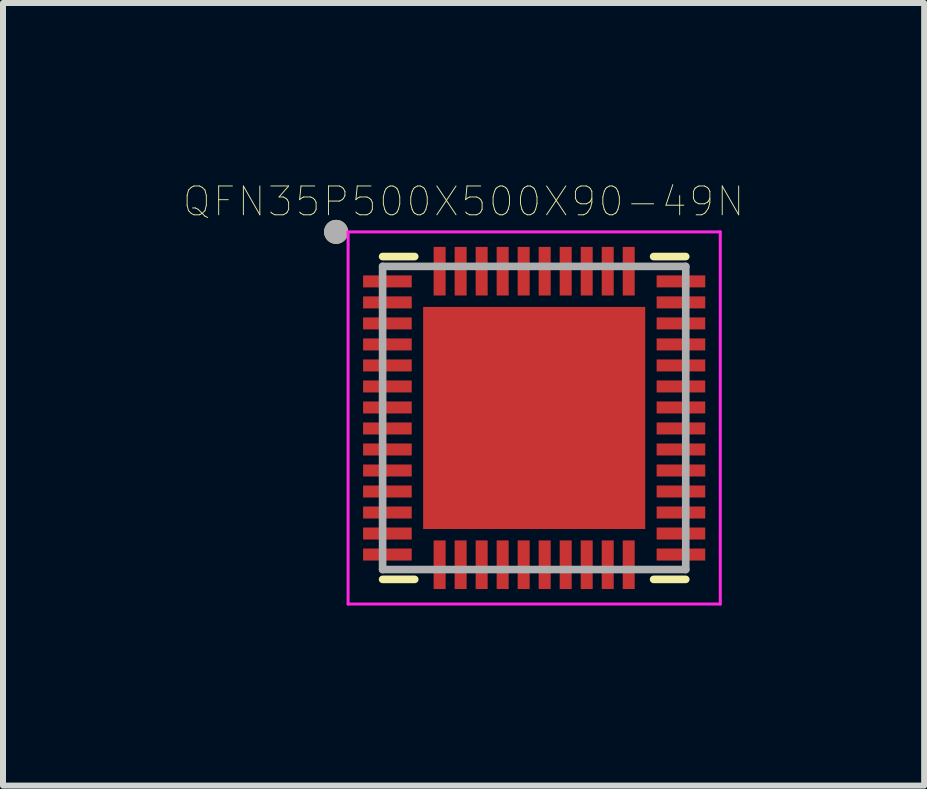
<source format=kicad_pcb>
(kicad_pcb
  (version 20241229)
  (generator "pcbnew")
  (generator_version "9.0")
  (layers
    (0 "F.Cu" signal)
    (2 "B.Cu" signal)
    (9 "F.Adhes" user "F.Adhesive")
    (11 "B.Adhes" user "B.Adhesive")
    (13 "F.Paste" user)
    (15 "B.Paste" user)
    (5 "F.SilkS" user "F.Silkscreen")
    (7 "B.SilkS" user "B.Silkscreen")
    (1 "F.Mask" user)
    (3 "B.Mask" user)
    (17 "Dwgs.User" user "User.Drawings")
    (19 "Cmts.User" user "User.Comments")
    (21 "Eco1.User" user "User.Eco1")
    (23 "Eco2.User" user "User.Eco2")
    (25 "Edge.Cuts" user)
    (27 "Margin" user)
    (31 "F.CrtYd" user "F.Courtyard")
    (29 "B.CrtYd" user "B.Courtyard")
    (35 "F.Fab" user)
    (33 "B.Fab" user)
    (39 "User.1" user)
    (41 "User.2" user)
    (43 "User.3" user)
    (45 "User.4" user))
  (footprint "QFN35P500X500X90-49N"
    (layer "F.Cu")
    (at 5.849 3.913)
    (property "Reference" "QFN35P500X500X90-49N" (at -1.176 -3.606 0) (layer "F.SilkS") (effects (font (size 0.48 0.48) (thickness 0.015))))
    (attr through_hole)
    (fp_line (start -2.525 -2.689) (end -1.99 -2.689) (stroke (width 0.127) (type solid)) (layer "F.SilkS"))
    (fp_line (start -2.525 2.689) (end -1.99 2.689) (stroke (width 0.127) (type solid)) (layer "F.SilkS"))
    (fp_line (start 2.525 -2.689) (end 1.99 -2.689) (stroke (width 0.127) (type solid)) (layer "F.SilkS"))
    (fp_line (start 2.525 2.689) (end 1.99 2.689) (stroke (width 0.127) (type solid)) (layer "F.SilkS"))
    (fp_circle (center -3.3 -3.1) (end -3.2 -3.1) (stroke (width 0.2) (type solid)) (fill no) (layer "F.SilkS"))
    (fp_poly (pts (xy -1.49 -1.49) (xy -0.18 -1.49) (xy -0.18 -0.18) (xy -1.49 -0.18)) (stroke (width 0.01) (type solid)) (fill yes) (layer "F.Paste"))
    (fp_poly (pts (xy -1.49 0.18) (xy -0.18 0.18) (xy -0.18 1.49) (xy -1.49 1.49)) (stroke (width 0.01) (type solid)) (fill yes) (layer "F.Paste"))
    (fp_poly (pts (xy 0.18 -1.49) (xy 1.49 -1.49) (xy 1.49 -0.18) (xy 0.18 -0.18)) (stroke (width 0.01) (type solid)) (fill yes) (layer "F.Paste"))
    (fp_poly (pts (xy 0.18 0.18) (xy 1.49 0.18) (xy 1.49 1.49) (xy 0.18 1.49)) (stroke (width 0.01) (type solid)) (fill yes) (layer "F.Paste"))
    (fp_line (start -3.1 -3.1) (end 3.1 -3.1) (stroke (width 0.05) (type solid)) (layer "F.CrtYd"))
    (fp_line (start -3.1 3.1) (end -3.1 -3.1) (stroke (width 0.05) (type solid)) (layer "F.CrtYd"))
    (fp_line (start 3.1 -3.1) (end 3.1 3.1) (stroke (width 0.05) (type solid)) (layer "F.CrtYd"))
    (fp_line (start 3.1 3.1) (end -3.1 3.1) (stroke (width 0.05) (type solid)) (layer "F.CrtYd"))
    (fp_line (start -2.525 -2.525) (end -2.525 2.525) (stroke (width 0.127) (type solid)) (layer "F.Fab"))
    (fp_line (start -2.525 2.525) (end 2.525 2.525) (stroke (width 0.127) (type solid)) (layer "F.Fab"))
    (fp_line (start 2.525 -2.525) (end -2.525 -2.525) (stroke (width 0.127) (type solid)) (layer "F.Fab"))
    (fp_line (start 2.525 2.525) (end 2.525 -2.525) (stroke (width 0.127) (type solid)) (layer "F.Fab"))
    (fp_circle (center -3.3 -3.1) (end -3.2 -3.1) (stroke (width 0.2) (type solid)) (fill no) (layer "F.Fab"))
    (pad "1" smd rect (at -2.445 -2.275) (size 0.81 0.2) (layers "F.Cu" "F.Mask" "F.Paste"))
    (pad "2" smd rect (at -2.445 -1.925) (size 0.81 0.2) (layers "F.Cu" "F.Mask" "F.Paste"))
    (pad "3" smd rect (at -2.445 -1.575) (size 0.81 0.2) (layers "F.Cu" "F.Mask" "F.Paste"))
    (pad "4" smd rect (at -2.445 -1.225) (size 0.81 0.2) (layers "F.Cu" "F.Mask" "F.Paste"))
    (pad "5" smd rect (at -2.445 -0.875) (size 0.81 0.2) (layers "F.Cu" "F.Mask" "F.Paste"))
    (pad "6" smd rect (at -2.445 -0.525) (size 0.81 0.2) (layers "F.Cu" "F.Mask" "F.Paste"))
    (pad "7" smd rect (at -2.445 -0.175) (size 0.81 0.2) (layers "F.Cu" "F.Mask" "F.Paste"))
    (pad "8" smd rect (at -2.445 0.175) (size 0.81 0.2) (layers "F.Cu" "F.Mask" "F.Paste"))
    (pad "9" smd rect (at -2.445 0.525) (size 0.81 0.2) (layers "F.Cu" "F.Mask" "F.Paste"))
    (pad "10" smd rect (at -2.445 0.875) (size 0.81 0.2) (layers "F.Cu" "F.Mask" "F.Paste"))
    (pad "11" smd rect (at -2.445 1.225) (size 0.81 0.2) (layers "F.Cu" "F.Mask" "F.Paste"))
    (pad "12" smd rect (at -2.445 1.575) (size 0.81 0.2) (layers "F.Cu" "F.Mask" "F.Paste"))
    (pad "13" smd rect (at -2.445 1.925) (size 0.81 0.2) (layers "F.Cu" "F.Mask" "F.Paste"))
    (pad "14" smd rect (at -2.445 2.275) (size 0.81 0.2) (layers "F.Cu" "F.Mask" "F.Paste"))
    (pad "15" smd rect (at -1.575 2.445) (size 0.2 0.81) (layers "F.Cu" "F.Mask" "F.Paste"))
    (pad "16" smd rect (at -1.225 2.445) (size 0.2 0.81) (layers "F.Cu" "F.Mask" "F.Paste"))
    (pad "17" smd rect (at -0.875 2.445) (size 0.2 0.81) (layers "F.Cu" "F.Mask" "F.Paste"))
    (pad "18" smd rect (at -0.525 2.445) (size 0.2 0.81) (layers "F.Cu" "F.Mask" "F.Paste"))
    (pad "19" smd rect (at -0.175 2.445) (size 0.2 0.81) (layers "F.Cu" "F.Mask" "F.Paste"))
    (pad "20" smd rect (at 0.175 2.445) (size 0.2 0.81) (layers "F.Cu" "F.Mask" "F.Paste"))
    (pad "21" smd rect (at 0.525 2.445) (size 0.2 0.81) (layers "F.Cu" "F.Mask" "F.Paste"))
    (pad "22" smd rect (at 0.875 2.445) (size 0.2 0.81) (layers "F.Cu" "F.Mask" "F.Paste"))
    (pad "23" smd rect (at 1.225 2.445) (size 0.2 0.81) (layers "F.Cu" "F.Mask" "F.Paste"))
    (pad "24" smd rect (at 1.575 2.445) (size 0.2 0.81) (layers "F.Cu" "F.Mask" "F.Paste"))
    (pad "25" smd rect (at 2.445 2.275) (size 0.81 0.2) (layers "F.Cu" "F.Mask" "F.Paste"))
    (pad "26" smd rect (at 2.445 1.925) (size 0.81 0.2) (layers "F.Cu" "F.Mask" "F.Paste"))
    (pad "27" smd rect (at 2.445 1.575) (size 0.81 0.2) (layers "F.Cu" "F.Mask" "F.Paste"))
    (pad "28" smd rect (at 2.445 1.225) (size 0.81 0.2) (layers "F.Cu" "F.Mask" "F.Paste"))
    (pad "29" smd rect (at 2.445 0.875) (size 0.81 0.2) (layers "F.Cu" "F.Mask" "F.Paste"))
    (pad "30" smd rect (at 2.445 0.525) (size 0.81 0.2) (layers "F.Cu" "F.Mask" "F.Paste"))
    (pad "31" smd rect (at 2.445 0.175) (size 0.81 0.2) (layers "F.Cu" "F.Mask" "F.Paste"))
    (pad "32" smd rect (at 2.445 -0.175) (size 0.81 0.2) (layers "F.Cu" "F.Mask" "F.Paste"))
    (pad "33" smd rect (at 2.445 -0.525) (size 0.81 0.2) (layers "F.Cu" "F.Mask" "F.Paste"))
    (pad "34" smd rect (at 2.445 -0.875) (size 0.81 0.2) (layers "F.Cu" "F.Mask" "F.Paste"))
    (pad "35" smd rect (at 2.445 -1.225) (size 0.81 0.2) (layers "F.Cu" "F.Mask" "F.Paste"))
    (pad "36" smd rect (at 2.445 -1.575) (size 0.81 0.2) (layers "F.Cu" "F.Mask" "F.Paste"))
    (pad "37" smd rect (at 2.445 -1.925) (size 0.81 0.2) (layers "F.Cu" "F.Mask" "F.Paste"))
    (pad "38" smd rect (at 2.445 -2.275) (size 0.81 0.2) (layers "F.Cu" "F.Mask" "F.Paste"))
    (pad "39" smd rect (at 1.575 -2.445) (size 0.2 0.81) (layers "F.Cu" "F.Mask" "F.Paste"))
    (pad "40" smd rect (at 1.225 -2.445) (size 0.2 0.81) (layers "F.Cu" "F.Mask" "F.Paste"))
    (pad "41" smd rect (at 0.875 -2.445) (size 0.2 0.81) (layers "F.Cu" "F.Mask" "F.Paste"))
    (pad "42" smd rect (at 0.525 -2.445) (size 0.2 0.81) (layers "F.Cu" "F.Mask" "F.Paste"))
    (pad "43" smd rect (at 0.175 -2.445) (size 0.2 0.81) (layers "F.Cu" "F.Mask" "F.Paste"))
    (pad "44" smd rect (at -0.175 -2.445) (size 0.2 0.81) (layers "F.Cu" "F.Mask" "F.Paste"))
    (pad "45" smd rect (at -0.525 -2.445) (size 0.2 0.81) (layers "F.Cu" "F.Mask" "F.Paste"))
    (pad "46" smd rect (at -0.875 -2.445) (size 0.2 0.81) (layers "F.Cu" "F.Mask" "F.Paste"))
    (pad "47" smd rect (at -1.225 -2.445) (size 0.2 0.81) (layers "F.Cu" "F.Mask" "F.Paste"))
    (pad "48" smd rect (at -1.575 -2.445) (size 0.2 0.81) (layers "F.Cu" "F.Mask" "F.Paste"))
    (pad "49" smd rect (at 0 0) (size 3.7 3.7) (layers "F.Cu" "F.Mask")))
  (gr_rect
    (start -3 -3)
    (end 12.346 10.038)
    (stroke (width 0.1) (type default))
    (fill no)
    (layer "Edge.Cuts")))
</source>
